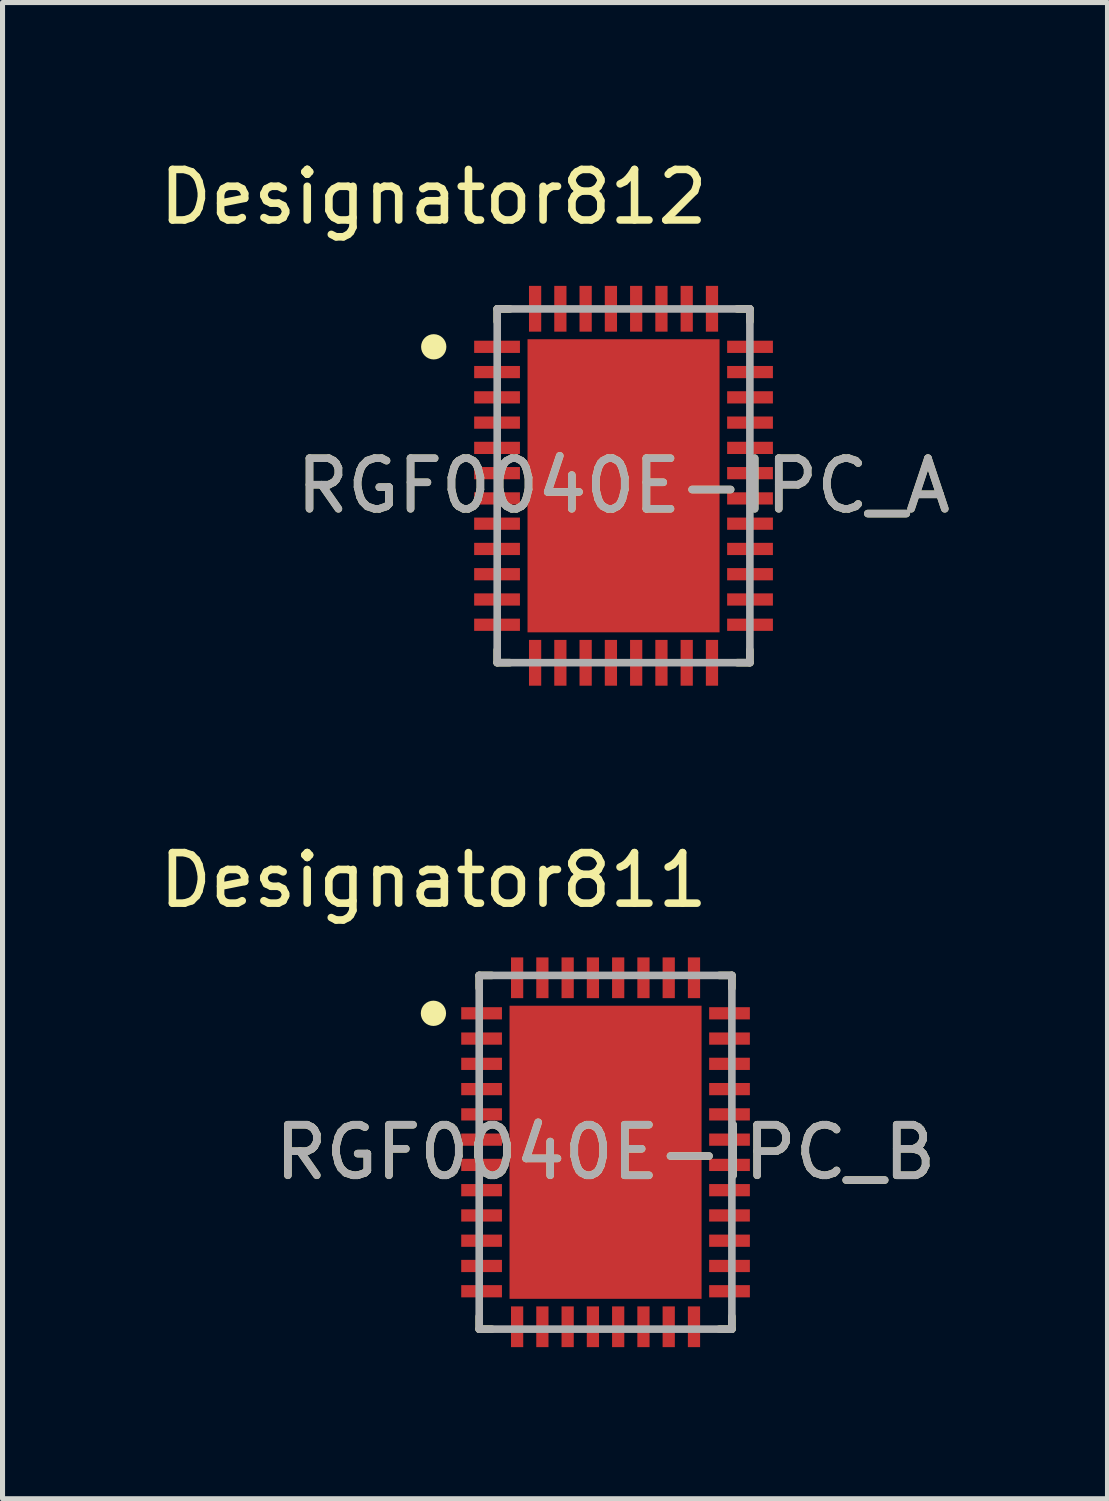
<source format=kicad_pcb>
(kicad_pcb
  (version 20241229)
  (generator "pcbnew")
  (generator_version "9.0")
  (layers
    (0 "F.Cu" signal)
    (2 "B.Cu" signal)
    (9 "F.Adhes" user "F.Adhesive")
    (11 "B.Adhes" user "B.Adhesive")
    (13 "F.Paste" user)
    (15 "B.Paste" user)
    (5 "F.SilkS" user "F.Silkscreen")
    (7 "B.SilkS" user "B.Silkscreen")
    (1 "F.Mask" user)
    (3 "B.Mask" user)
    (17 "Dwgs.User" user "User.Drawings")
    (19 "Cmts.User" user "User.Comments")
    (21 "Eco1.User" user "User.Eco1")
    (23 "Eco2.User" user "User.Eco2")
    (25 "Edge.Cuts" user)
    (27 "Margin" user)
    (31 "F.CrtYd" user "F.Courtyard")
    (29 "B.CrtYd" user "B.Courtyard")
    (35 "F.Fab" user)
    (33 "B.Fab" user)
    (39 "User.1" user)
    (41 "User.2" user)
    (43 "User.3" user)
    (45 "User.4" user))
  (footprint "RGF0040E-IPC_A"
    (layer "F.Cu")
    (at 9.289 6.563)
    (property "Reference" "RGF0040E-IPC_A" (at 0 0 0) (unlocked yes) (layer "F.SilkS") (effects (font (size 1 1) (thickness 0.15))))
    (attr smd)
    (fp_line (start -2.5 -3.5) (end -2.25 -3.5) (stroke (width 0.15) (type solid)) (layer "F.SilkS"))
    (fp_line (start -2.5 -3.25) (end -2.5 -3.5) (stroke (width 0.15) (type solid)) (layer "F.SilkS"))
    (fp_line (start -2.5 3.5) (end -2.5 3.25) (stroke (width 0.15) (type solid)) (layer "F.SilkS"))
    (fp_line (start -2.5 3.5) (end -2.25 3.5) (stroke (width 0.15) (type solid)) (layer "F.SilkS"))
    (fp_line (start 2.25 -3.5) (end 2.5 -3.5) (stroke (width 0.15) (type solid)) (layer "F.SilkS"))
    (fp_line (start 2.25 3.5) (end 2.5 3.5) (stroke (width 0.15) (type solid)) (layer "F.SilkS"))
    (fp_line (start 2.5 -3.25) (end 2.5 -3.5) (stroke (width 0.15) (type solid)) (layer "F.SilkS"))
    (fp_line (start 2.5 3.5) (end 2.5 3.25) (stroke (width 0.15) (type solid)) (layer "F.SilkS"))
    (fp_circle (center -3.756 -2.75) (end -3.631 -2.75) (stroke (width 0.25) (type solid)) (fill no) (layer "F.SilkS"))
    (fp_poly (pts (xy -1.278 -0.311) (xy 1.278 -0.311) (xy 1.278 -2.278) (xy -1.278 -2.278)) (stroke (width 0) (type solid)) (fill yes) (layer "F.Paste"))
    (fp_poly (pts (xy -1.278 2.278) (xy 1.278 2.278) (xy 1.278 0.311) (xy -1.278 0.311)) (stroke (width 0) (type solid)) (fill yes) (layer "F.Paste"))
    (fp_line (start -2.5 -3.5) (end 2.5 -3.5) (stroke (width 0.15) (type solid)) (layer "F.Fab"))
    (fp_line (start -2.5 3.5) (end -2.5 -3.5) (stroke (width 0.15) (type solid)) (layer "F.Fab"))
    (fp_line (start -2.5 3.5) (end 2.5 3.5) (stroke (width 0.15) (type solid)) (layer "F.Fab"))
    (fp_line (start 2.5 3.5) (end 2.5 -3.5) (stroke (width 0.15) (type solid)) (layer "F.Fab"))
    (fp_text user "Designator812" (at -3.759 -5.715 0) (unlocked yes) (layer "F.SilkS") (effects (font (size 1 1) (thickness 0.15))))
    (fp_text user "${REFERENCE}" (at 0 0 0) (unlocked yes) (layer "F.Fab") (effects (font (size 1 1) (thickness 0.15))))
    (pad "1" smd rect (at -2.503 -2.75 90) (size 0.242 0.906) (layers "F.Cu" "F.Mask" "F.Paste"))
    (pad "2" smd rect (at -2.503 -2.25 90) (size 0.242 0.906) (layers "F.Cu" "F.Mask" "F.Paste"))
    (pad "3" smd rect (at -2.503 -1.75 90) (size 0.242 0.906) (layers "F.Cu" "F.Mask" "F.Paste"))
    (pad "4" smd rect (at -2.503 -1.25 90) (size 0.242 0.906) (layers "F.Cu" "F.Mask" "F.Paste"))
    (pad "5" smd rect (at -2.503 -0.75 90) (size 0.242 0.906) (layers "F.Cu" "F.Mask" "F.Paste"))
    (pad "6" smd rect (at -2.503 -0.25 90) (size 0.242 0.906) (layers "F.Cu" "F.Mask" "F.Paste"))
    (pad "7" smd rect (at -2.503 0.25 90) (size 0.242 0.906) (layers "F.Cu" "F.Mask" "F.Paste"))
    (pad "8" smd rect (at -2.503 0.75 90) (size 0.242 0.906) (layers "F.Cu" "F.Mask" "F.Paste"))
    (pad "9" smd rect (at -2.503 1.25 90) (size 0.242 0.906) (layers "F.Cu" "F.Mask" "F.Paste"))
    (pad "10" smd rect (at -2.503 1.75 90) (size 0.242 0.906) (layers "F.Cu" "F.Mask" "F.Paste"))
    (pad "11" smd rect (at -2.503 2.25 90) (size 0.242 0.906) (layers "F.Cu" "F.Mask" "F.Paste"))
    (pad "12" smd rect (at -2.503 2.75 90) (size 0.242 0.906) (layers "F.Cu" "F.Mask" "F.Paste"))
    (pad "13" smd rect (at -1.75 3.503) (size 0.242 0.906) (layers "F.Cu" "F.Mask" "F.Paste"))
    (pad "14" smd rect (at -1.25 3.503) (size 0.242 0.906) (layers "F.Cu" "F.Mask" "F.Paste"))
    (pad "15" smd rect (at -0.75 3.503) (size 0.242 0.906) (layers "F.Cu" "F.Mask" "F.Paste"))
    (pad "16" smd rect (at -0.25 3.503) (size 0.242 0.906) (layers "F.Cu" "F.Mask" "F.Paste"))
    (pad "17" smd rect (at 0.25 3.503) (size 0.242 0.906) (layers "F.Cu" "F.Mask" "F.Paste"))
    (pad "18" smd rect (at 0.75 3.503) (size 0.242 0.906) (layers "F.Cu" "F.Mask" "F.Paste"))
    (pad "19" smd rect (at 1.25 3.503) (size 0.242 0.906) (layers "F.Cu" "F.Mask" "F.Paste"))
    (pad "20" smd rect (at 1.75 3.503) (size 0.242 0.906) (layers "F.Cu" "F.Mask" "F.Paste"))
    (pad "21" smd rect (at 2.503 2.75 90) (size 0.242 0.906) (layers "F.Cu" "F.Mask" "F.Paste"))
    (pad "22" smd rect (at 2.503 2.25 90) (size 0.242 0.906) (layers "F.Cu" "F.Mask" "F.Paste"))
    (pad "23" smd rect (at 2.503 1.75 90) (size 0.242 0.906) (layers "F.Cu" "F.Mask" "F.Paste"))
    (pad "24" smd rect (at 2.503 1.25 90) (size 0.242 0.906) (layers "F.Cu" "F.Mask" "F.Paste"))
    (pad "25" smd rect (at 2.503 0.75 90) (size 0.242 0.906) (layers "F.Cu" "F.Mask" "F.Paste"))
    (pad "26" smd rect (at 2.503 0.25 90) (size 0.242 0.906) (layers "F.Cu" "F.Mask" "F.Paste"))
    (pad "27" smd rect (at 2.503 -0.25 90) (size 0.242 0.906) (layers "F.Cu" "F.Mask" "F.Paste"))
    (pad "28" smd rect (at 2.503 -0.75 90) (size 0.242 0.906) (layers "F.Cu" "F.Mask" "F.Paste"))
    (pad "29" smd rect (at 2.503 -1.25 90) (size 0.242 0.906) (layers "F.Cu" "F.Mask" "F.Paste"))
    (pad "30" smd rect (at 2.503 -1.75 90) (size 0.242 0.906) (layers "F.Cu" "F.Mask" "F.Paste"))
    (pad "31" smd rect (at 2.503 -2.25 90) (size 0.242 0.906) (layers "F.Cu" "F.Mask" "F.Paste"))
    (pad "32" smd rect (at 2.503 -2.75 90) (size 0.242 0.906) (layers "F.Cu" "F.Mask" "F.Paste"))
    (pad "33" smd rect (at 1.75 -3.503) (size 0.242 0.906) (layers "F.Cu" "F.Mask" "F.Paste"))
    (pad "34" smd rect (at 1.25 -3.503) (size 0.242 0.906) (layers "F.Cu" "F.Mask" "F.Paste"))
    (pad "35" smd rect (at 0.75 -3.503) (size 0.242 0.906) (layers "F.Cu" "F.Mask" "F.Paste"))
    (pad "36" smd rect (at 0.25 -3.503) (size 0.242 0.906) (layers "F.Cu" "F.Mask" "F.Paste"))
    (pad "37" smd rect (at -0.25 -3.503) (size 0.242 0.906) (layers "F.Cu" "F.Mask" "F.Paste"))
    (pad "38" smd rect (at -0.75 -3.503) (size 0.242 0.906) (layers "F.Cu" "F.Mask" "F.Paste"))
    (pad "39" smd rect (at -1.25 -3.503) (size 0.242 0.906) (layers "F.Cu" "F.Mask" "F.Paste"))
    (pad "40" smd rect (at -1.75 -3.503) (size 0.242 0.906) (layers "F.Cu" "F.Mask" "F.Paste"))
    (pad "41" smd rect (at 0 0) (size 3.8 5.8) (layers "F.Cu" "F.Mask")))
  (footprint "RGF0040E-IPC_B"
    (layer "F.Cu")
    (at 8.933 19.752)
    (property "Reference" "RGF0040E-IPC_B" (at 0 0 0) (unlocked yes) (layer "F.SilkS") (effects (font (size 1 1) (thickness 0.15))))
    (attr smd)
    (fp_line (start -2.5 -3.5) (end -2.25 -3.5) (stroke (width 0.15) (type solid)) (layer "F.SilkS"))
    (fp_line (start -2.5 -3.25) (end -2.5 -3.5) (stroke (width 0.15) (type solid)) (layer "F.SilkS"))
    (fp_line (start -2.5 3.5) (end -2.5 3.25) (stroke (width 0.15) (type solid)) (layer "F.SilkS"))
    (fp_line (start -2.5 3.5) (end -2.25 3.5) (stroke (width 0.15) (type solid)) (layer "F.SilkS"))
    (fp_line (start 2.25 -3.5) (end 2.5 -3.5) (stroke (width 0.15) (type solid)) (layer "F.SilkS"))
    (fp_line (start 2.25 3.5) (end 2.5 3.5) (stroke (width 0.15) (type solid)) (layer "F.SilkS"))
    (fp_line (start 2.5 -3.25) (end 2.5 -3.5) (stroke (width 0.15) (type solid)) (layer "F.SilkS"))
    (fp_line (start 2.5 3.5) (end 2.5 3.25) (stroke (width 0.15) (type solid)) (layer "F.SilkS"))
    (fp_circle (center -3.406 -2.75) (end -3.281 -2.75) (stroke (width 0.25) (type solid)) (fill no) (layer "F.SilkS"))
    (fp_poly (pts (xy -1.278 -0.311) (xy 1.278 -0.311) (xy 1.278 -2.278) (xy -1.278 -2.278)) (stroke (width 0) (type solid)) (fill yes) (layer "F.Paste"))
    (fp_poly (pts (xy -1.278 2.278) (xy 1.278 2.278) (xy 1.278 0.311) (xy -1.278 0.311)) (stroke (width 0) (type solid)) (fill yes) (layer "F.Paste"))
    (fp_line (start -2.5 -3.5) (end 2.5 -3.5) (stroke (width 0.15) (type solid)) (layer "F.Fab"))
    (fp_line (start -2.5 3.5) (end -2.5 -3.5) (stroke (width 0.15) (type solid)) (layer "F.Fab"))
    (fp_line (start -2.5 3.5) (end 2.5 3.5) (stroke (width 0.15) (type solid)) (layer "F.Fab"))
    (fp_line (start 2.5 3.5) (end 2.5 -3.5) (stroke (width 0.15) (type solid)) (layer "F.Fab"))
    (fp_text user "Designator811" (at -3.404 -5.385 0) (unlocked yes) (layer "F.SilkS") (effects (font (size 1 1) (thickness 0.15))))
    (fp_text user "${REFERENCE}" (at 0 0 0) (unlocked yes) (layer "F.Fab") (effects (font (size 1 1) (thickness 0.15))))
    (pad "1" smd rect (at -2.453 -2.75 90) (size 0.242 0.806) (layers "F.Cu" "F.Mask" "F.Paste"))
    (pad "2" smd rect (at -2.453 -2.25 90) (size 0.242 0.806) (layers "F.Cu" "F.Mask" "F.Paste"))
    (pad "3" smd rect (at -2.453 -1.75 90) (size 0.242 0.806) (layers "F.Cu" "F.Mask" "F.Paste"))
    (pad "4" smd rect (at -2.453 -1.25 90) (size 0.242 0.806) (layers "F.Cu" "F.Mask" "F.Paste"))
    (pad "5" smd rect (at -2.453 -0.75 90) (size 0.242 0.806) (layers "F.Cu" "F.Mask" "F.Paste"))
    (pad "6" smd rect (at -2.453 -0.25 90) (size 0.242 0.806) (layers "F.Cu" "F.Mask" "F.Paste"))
    (pad "7" smd rect (at -2.453 0.25 90) (size 0.242 0.806) (layers "F.Cu" "F.Mask" "F.Paste"))
    (pad "8" smd rect (at -2.453 0.75 90) (size 0.242 0.806) (layers "F.Cu" "F.Mask" "F.Paste"))
    (pad "9" smd rect (at -2.453 1.25 90) (size 0.242 0.806) (layers "F.Cu" "F.Mask" "F.Paste"))
    (pad "10" smd rect (at -2.453 1.75 90) (size 0.242 0.806) (layers "F.Cu" "F.Mask" "F.Paste"))
    (pad "11" smd rect (at -2.453 2.25 90) (size 0.242 0.806) (layers "F.Cu" "F.Mask" "F.Paste"))
    (pad "12" smd rect (at -2.453 2.75 90) (size 0.242 0.806) (layers "F.Cu" "F.Mask" "F.Paste"))
    (pad "13" smd rect (at -1.75 3.453) (size 0.242 0.806) (layers "F.Cu" "F.Mask" "F.Paste"))
    (pad "14" smd rect (at -1.25 3.453) (size 0.242 0.806) (layers "F.Cu" "F.Mask" "F.Paste"))
    (pad "15" smd rect (at -0.75 3.453) (size 0.242 0.806) (layers "F.Cu" "F.Mask" "F.Paste"))
    (pad "16" smd rect (at -0.25 3.453) (size 0.242 0.806) (layers "F.Cu" "F.Mask" "F.Paste"))
    (pad "17" smd rect (at 0.25 3.453) (size 0.242 0.806) (layers "F.Cu" "F.Mask" "F.Paste"))
    (pad "18" smd rect (at 0.75 3.453) (size 0.242 0.806) (layers "F.Cu" "F.Mask" "F.Paste"))
    (pad "19" smd rect (at 1.25 3.453) (size 0.242 0.806) (layers "F.Cu" "F.Mask" "F.Paste"))
    (pad "20" smd rect (at 1.75 3.453) (size 0.242 0.806) (layers "F.Cu" "F.Mask" "F.Paste"))
    (pad "21" smd rect (at 2.453 2.75 90) (size 0.242 0.806) (layers "F.Cu" "F.Mask" "F.Paste"))
    (pad "22" smd rect (at 2.453 2.25 90) (size 0.242 0.806) (layers "F.Cu" "F.Mask" "F.Paste"))
    (pad "23" smd rect (at 2.453 1.75 90) (size 0.242 0.806) (layers "F.Cu" "F.Mask" "F.Paste"))
    (pad "24" smd rect (at 2.453 1.25 90) (size 0.242 0.806) (layers "F.Cu" "F.Mask" "F.Paste"))
    (pad "25" smd rect (at 2.453 0.75 90) (size 0.242 0.806) (layers "F.Cu" "F.Mask" "F.Paste"))
    (pad "26" smd rect (at 2.453 0.25 90) (size 0.242 0.806) (layers "F.Cu" "F.Mask" "F.Paste"))
    (pad "27" smd rect (at 2.453 -0.25 90) (size 0.242 0.806) (layers "F.Cu" "F.Mask" "F.Paste"))
    (pad "28" smd rect (at 2.453 -0.75 90) (size 0.242 0.806) (layers "F.Cu" "F.Mask" "F.Paste"))
    (pad "29" smd rect (at 2.453 -1.25 90) (size 0.242 0.806) (layers "F.Cu" "F.Mask" "F.Paste"))
    (pad "30" smd rect (at 2.453 -1.75 90) (size 0.242 0.806) (layers "F.Cu" "F.Mask" "F.Paste"))
    (pad "31" smd rect (at 2.453 -2.25 90) (size 0.242 0.806) (layers "F.Cu" "F.Mask" "F.Paste"))
    (pad "32" smd rect (at 2.453 -2.75 90) (size 0.242 0.806) (layers "F.Cu" "F.Mask" "F.Paste"))
    (pad "33" smd rect (at 1.75 -3.453) (size 0.242 0.806) (layers "F.Cu" "F.Mask" "F.Paste"))
    (pad "34" smd rect (at 1.25 -3.453) (size 0.242 0.806) (layers "F.Cu" "F.Mask" "F.Paste"))
    (pad "35" smd rect (at 0.75 -3.453) (size 0.242 0.806) (layers "F.Cu" "F.Mask" "F.Paste"))
    (pad "36" smd rect (at 0.25 -3.453) (size 0.242 0.806) (layers "F.Cu" "F.Mask" "F.Paste"))
    (pad "37" smd rect (at -0.25 -3.453) (size 0.242 0.806) (layers "F.Cu" "F.Mask" "F.Paste"))
    (pad "38" smd rect (at -0.75 -3.453) (size 0.242 0.806) (layers "F.Cu" "F.Mask" "F.Paste"))
    (pad "39" smd rect (at -1.25 -3.453) (size 0.242 0.806) (layers "F.Cu" "F.Mask" "F.Paste"))
    (pad "40" smd rect (at -1.75 -3.453) (size 0.242 0.806) (layers "F.Cu" "F.Mask" "F.Paste"))
    (pad "41" smd rect (at 0 0) (size 3.8 5.8) (layers "F.Cu" "F.Mask")))
  (gr_rect
    (start -3 -3)
    (end 18.866 26.608)
    (stroke (width 0.1) (type default))
    (fill no)
    (layer "Edge.Cuts")))
</source>
